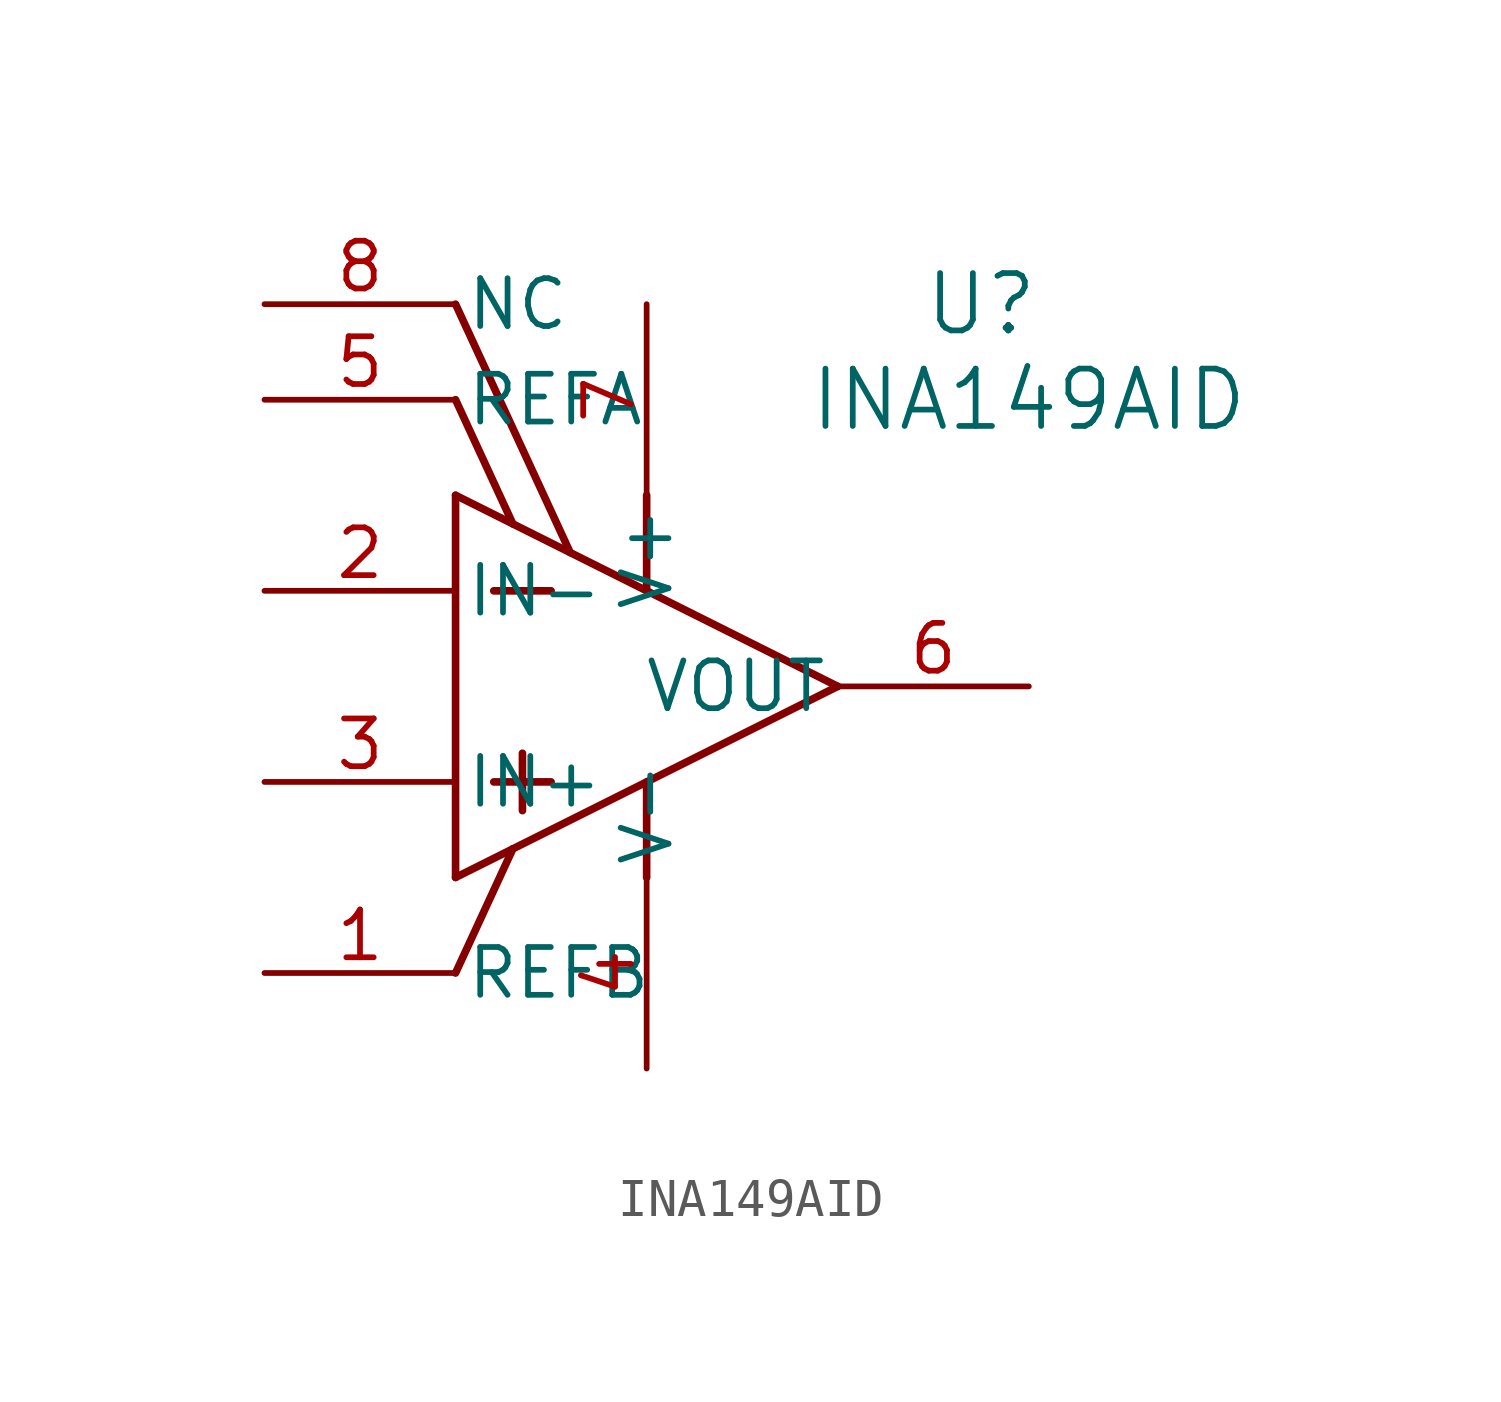
<source format=kicad_sym>
(kicad_symbol_lib
  (version 20220914)
  (generator kicad_symbol_editor)
  (symbol "INA149AID"
    (pin_names
      (offset 0.254))
    (property "Reference" "U"
      (at 8.89 10.16 0)
      (effects (font (size 1.524 1.524))))
    (property "Value" "INA149AID"
      (at 10.16 7.62 0)
      (effects (font (size 1.524 1.524))))
    (property "ki_locked" ""
      (at 0 0 0)
      (effects (font (size 1.27 1.27))))
    (symbol "INA149AID_0_1"
      (polyline (pts (xy -5.08 -5.08) (xy 5.08 0)) (stroke (width 0.203) (type default)) (fill (type none)))
      (polyline (pts (xy -5.08 5.08) (xy -5.08 -5.08)) (stroke (width 0.203) (type default)) (fill (type none)))
      (polyline (pts (xy -5.08 5.08) (xy 5.08 0)) (stroke (width 0.203) (type default)) (fill (type none)))
      (polyline (pts (xy -4.064 -2.54) (xy -2.54 -2.54)) (stroke (width 0.203) (type default)) (fill (type none)))
      (polyline (pts (xy -4.064 2.54) (xy -2.54 2.54)) (stroke (width 0.203) (type default)) (fill (type none)))
      (polyline (pts (xy -3.556 -4.318) (xy -5.08 -7.62)) (stroke (width 0.203) (type default)) (fill (type none)))
      (polyline (pts (xy -3.556 4.318) (xy -5.08 7.62)) (stroke (width 0.203) (type default)) (fill (type none)))
      (polyline (pts (xy -3.302 -1.778) (xy -3.302 -3.302)) (stroke (width 0.203) (type default)) (fill (type none)))
      (polyline (pts (xy -2.032 3.556) (xy -5.08 10.16)) (stroke (width 0.203) (type default)) (fill (type none)))
      (polyline (pts (xy 0 -2.54) (xy 0 -5.08)) (stroke (width 0.203) (type default)) (fill (type none)))
      (polyline (pts (xy 0 5.08) (xy 0 2.54)) (stroke (width 0.203) (type default)) (fill (type none)))
      (pin input line (at -10.16 -7.62 0) (length 5.08) (name "REFB" (effects (font (size 1.27 1.27)))) (number "1" (effects (font (size 1.27 1.27)))))
      (pin input line (at -10.16 2.54 0) (length 5.08) (name "IN-" (effects (font (size 1.27 1.27)))) (number "2" (effects (font (size 1.27 1.27)))))
      (pin input line (at -10.16 -2.54 0) (length 5.08) (name "IN+" (effects (font (size 1.27 1.27)))) (number "3" (effects (font (size 1.27 1.27)))))
      (pin power_in line (at 0 -10.16 90) (length 5.08) (name "V-" (effects (font (size 1.27 1.27)))) (number "4" (effects (font (size 1.27 1.27)))))
      (pin input line (at -10.16 7.62 0) (length 5.08) (name "REFA" (effects (font (size 1.27 1.27)))) (number "5" (effects (font (size 1.27 1.27)))))
      (pin output line (at 10.16 0 180) (length 5.08) (name "VOUT" (effects (font (size 1.27 1.27)))) (number "6" (effects (font (size 1.27 1.27)))))
      (pin power_in line (at 0 10.16 270) (length 5.08) (name "V+" (effects (font (size 1.27 1.27)))) (number "7" (effects (font (size 1.27 1.27)))))
      (pin unspecified line (at -10.16 10.16 0) (length 5.08) (name "NC" (effects (font (size 1.27 1.27)))) (number "8" (effects (font (size 1.27 1.27))))))))
</source>
